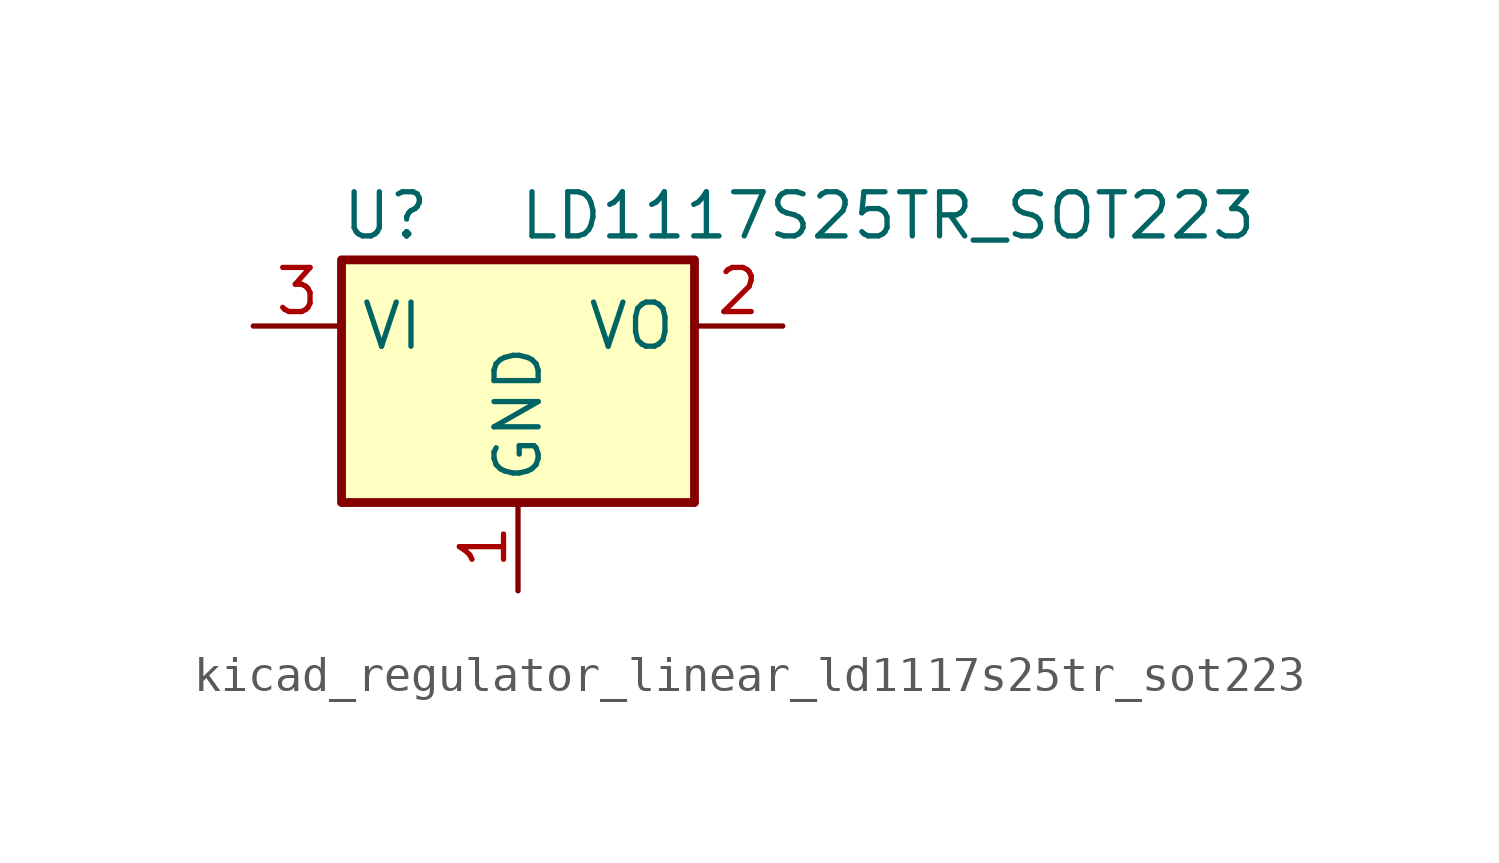
<source format=kicad_sym>
(kicad_symbol_lib
  (version 20220914)
  (generator kicad_symbol_editor)
  (symbol "kicad_regulator_linear_ld1117s25tr_sot223"
    (property "Reference" "U"
      (at -3.81 3.175 0)
      (effects (font (size 1.27 1.27))))
    (property "Value" "LD1117S25TR_SOT223"
      (at 0 3.175 0)
      (effects (font (size 1.27 1.27)) (justify left)))
    (symbol "kicad_regulator_linear_ld1117s25tr_sot223_0_1"
      (rectangle (start -5.08 -5.08) (end 5.08 1.905) (stroke (width 0.254) (type default)) (fill (type background))))
    (symbol "kicad_regulator_linear_ld1117s25tr_sot223_1_1"
      (pin power_in line (at 0 -7.62 90) (length 2.54) (name "GND" (effects (font (size 1.27 1.27)))) (number "1" (effects (font (size 1.27 1.27)))))
      (pin power_out line (at 7.62 0 180) (length 2.54) (name "VO" (effects (font (size 1.27 1.27)))) (number "2" (effects (font (size 1.27 1.27)))))
      (pin power_in line (at -7.62 0 0) (length 2.54) (name "VI" (effects (font (size 1.27 1.27)))) (number "3" (effects (font (size 1.27 1.27))))))))
</source>
